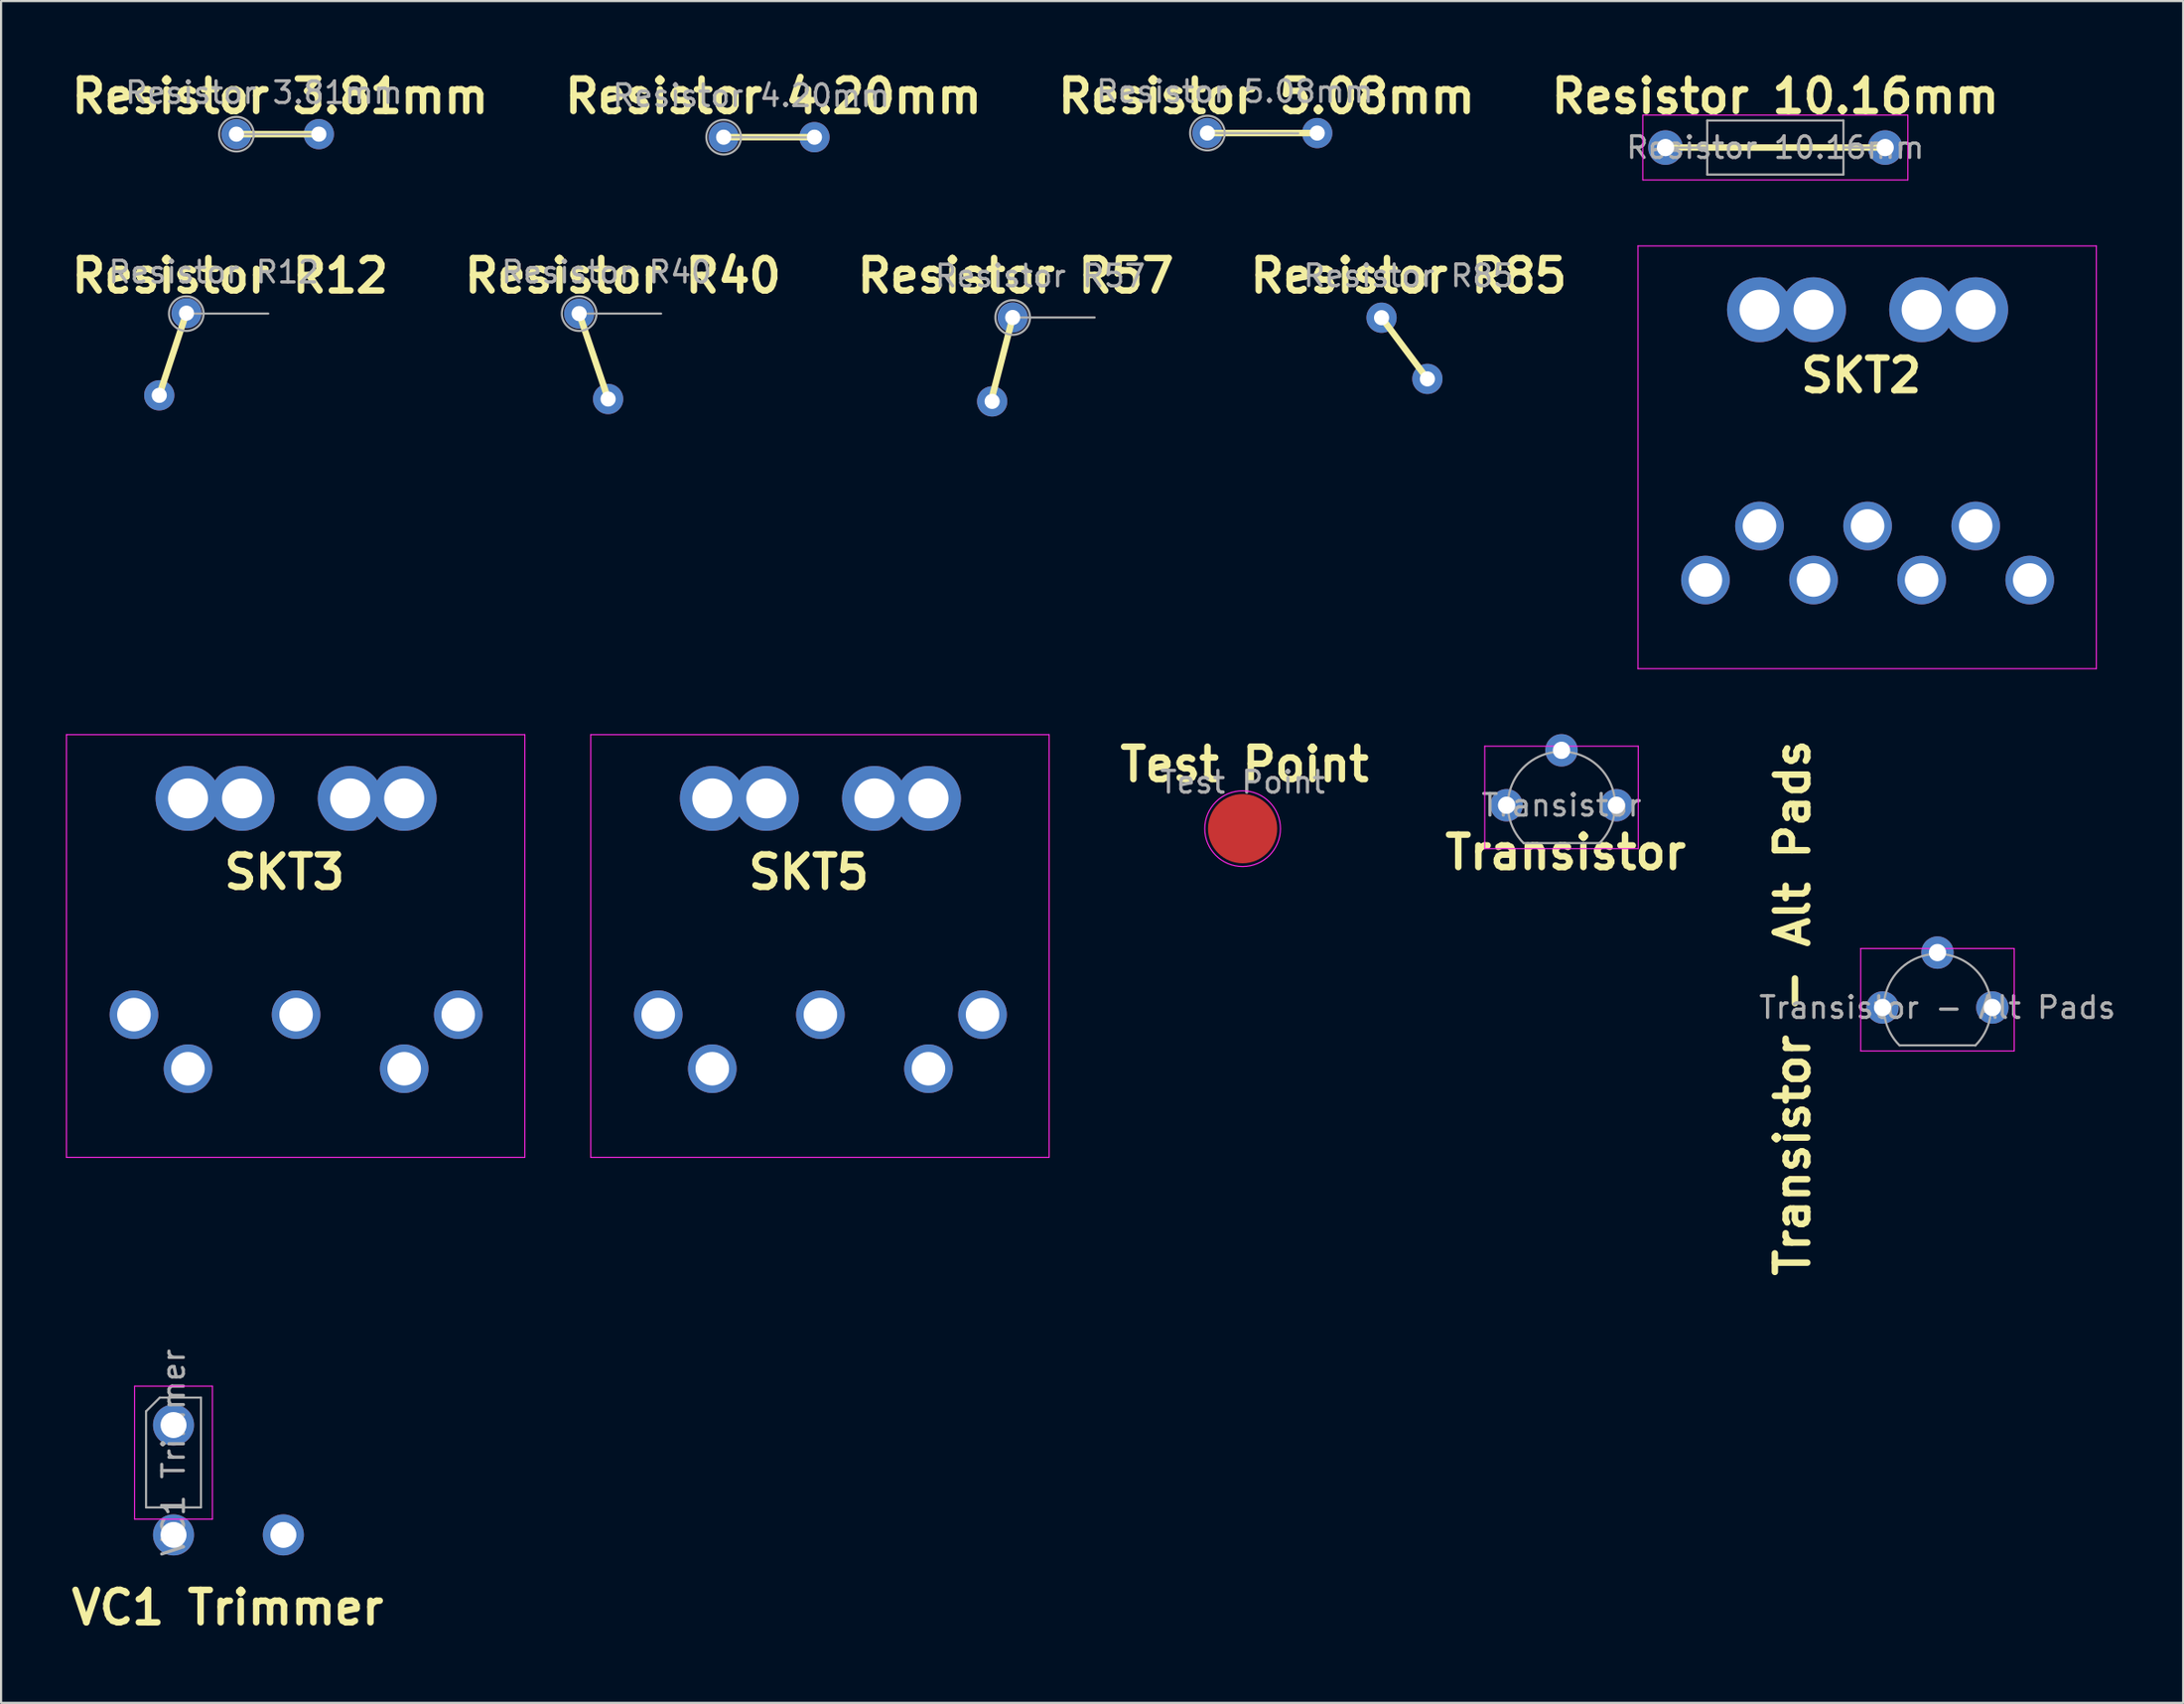
<source format=kicad_pcb>
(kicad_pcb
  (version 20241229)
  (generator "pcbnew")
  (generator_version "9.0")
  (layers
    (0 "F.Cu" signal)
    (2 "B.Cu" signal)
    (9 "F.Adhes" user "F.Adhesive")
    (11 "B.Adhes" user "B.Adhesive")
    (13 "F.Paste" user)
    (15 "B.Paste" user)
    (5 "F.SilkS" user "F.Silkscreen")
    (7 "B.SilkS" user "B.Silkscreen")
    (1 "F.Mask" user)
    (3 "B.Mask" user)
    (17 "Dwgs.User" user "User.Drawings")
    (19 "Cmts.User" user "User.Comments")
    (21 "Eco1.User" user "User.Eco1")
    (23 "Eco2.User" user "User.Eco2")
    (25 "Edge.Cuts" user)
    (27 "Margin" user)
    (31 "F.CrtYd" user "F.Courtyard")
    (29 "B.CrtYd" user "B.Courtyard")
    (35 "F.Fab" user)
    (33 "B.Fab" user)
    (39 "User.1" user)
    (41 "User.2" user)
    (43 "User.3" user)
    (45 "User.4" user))
  (footprint "SKT5"
    (layer "F.Cu")
    (at 27.395 43.874)
    (property "Reference" "SKT5" (at 9.91 -6.59 180) (layer "F.SilkS") (effects (font (size 1.5 1.5) (thickness 0.3) (bold yes)) (justify right)))
    (attr through_hole)
    (fp_line (start -3.12 -12.95) (end -3.12 6.6) (stroke (width 0.05) (type solid)) (layer "F.CrtYd"))
    (fp_line (start -3.12 6.6) (end 18.08 6.6) (stroke (width 0.05) (type solid)) (layer "F.CrtYd"))
    (fp_line (start 18.08 -12.95) (end -3.12 -12.95) (stroke (width 0.05) (type solid)) (layer "F.CrtYd"))
    (fp_line (start 18.08 6.6) (end 18.08 -12.95) (stroke (width 0.05) (type solid)) (layer "F.CrtYd"))
    (pad "1" thru_hole circle (at 0 0 180) (size 2.25 2.25) (drill 1.55) (layers "*.Cu" "*.Mask"))
    (pad "2" thru_hole circle (at 2.5 2.5 180) (size 2.25 2.25) (drill 1.55) (layers "*.Cu" "*.Mask"))
    (pad "3" thru_hole circle (at 7.5 0 180) (size 2.25 2.25) (drill 1.55) (layers "*.Cu" "*.Mask"))
    (pad "4" thru_hole circle (at 12.5 2.5 180) (size 2.25 2.25) (drill 1.55) (layers "*.Cu" "*.Mask"))
    (pad "5" thru_hole circle (at 15 0 180) (size 2.25 2.25) (drill 1.55) (layers "*.Cu" "*.Mask"))
    (pad "S" thru_hole circle (at 2.5 -10 180) (size 3 3) (drill 1.85) (layers "*.Cu" "*.Mask"))
    (pad "S" thru_hole circle (at 5 -10 180) (size 3 3) (drill 1.85) (layers "*.Cu" "*.Mask"))
    (pad "S" thru_hole circle (at 10 -10 180) (size 3 3) (drill 1.85) (layers "*.Cu" "*.Mask"))
    (pad "S" thru_hole circle (at 12.5 -10 180) (size 3 3) (drill 1.85) (layers "*.Cu" "*.Mask")))
  (footprint "Resistor R40"
    (layer "F.Cu")
    (at 23.737 11.453)
    (property "Reference" "Resistor R40" (at 2.02 -1.75 0) (layer "F.SilkS") (effects (font (size 1.5 1.5) (thickness 0.3) (bold yes))))
    (attr through_hole)
    (fp_line (start 1.35 3.98) (end 0.003 0) (stroke (width 0.3) (type default)) (layer "F.SilkS"))
    (fp_line (start 0 0) (end 3.79 0) (stroke (width 0.1) (type solid)) (layer "F.Fab"))
    (fp_circle (center 0 0) (end 0.8 0) (stroke (width 0.1) (type solid)) (fill no) (layer "F.Fab"))
    (fp_text user "${REFERENCE}" (at 1.27 -1.92 0) (layer "F.Fab") (effects (font (size 1 1) (thickness 0.15))))
    (pad "1" thru_hole circle (at 1.34 3.95) (size 1.4 1.4) (drill 0.7) (layers "*.Cu" "*.Mask"))
    (pad "2" thru_hole oval (at 0 0) (size 1.4 1.4) (drill 0.7) (layers "*.Cu" "*.Mask")))
  (footprint "Resistor 10.16mm"
    (layer "F.Cu")
    (at 73.984 3.774)
    (property "Reference" "Resistor 10.16mm" (at 5.08 -2.37 0) (layer "F.SilkS") (effects (font (size 1.5 1.5) (thickness 0.3) (bold yes))))
    (attr through_hole)
    (fp_line (start 10.16 0) (end 0 0) (stroke (width 0.3) (type default)) (layer "F.SilkS"))
    (fp_line (start -1.05 -1.5) (end -1.05 1.5) (stroke (width 0.05) (type solid)) (layer "F.CrtYd"))
    (fp_line (start -1.05 1.5) (end 11.21 1.5) (stroke (width 0.05) (type solid)) (layer "F.CrtYd"))
    (fp_line (start 11.21 -1.5) (end -1.05 -1.5) (stroke (width 0.05) (type solid)) (layer "F.CrtYd"))
    (fp_line (start 11.21 1.5) (end 11.21 -1.5) (stroke (width 0.05) (type solid)) (layer "F.CrtYd"))
    (fp_line (start 0 0) (end 1.93 0) (stroke (width 0.1) (type solid)) (layer "F.Fab"))
    (fp_line (start 1.93 -1.25) (end 1.93 1.25) (stroke (width 0.1) (type solid)) (layer "F.Fab"))
    (fp_line (start 1.93 1.25) (end 8.23 1.25) (stroke (width 0.1) (type solid)) (layer "F.Fab"))
    (fp_line (start 8.23 -1.25) (end 1.93 -1.25) (stroke (width 0.1) (type solid)) (layer "F.Fab"))
    (fp_line (start 8.23 1.25) (end 8.23 -1.25) (stroke (width 0.1) (type solid)) (layer "F.Fab"))
    (fp_line (start 10.16 0) (end 8.23 0) (stroke (width 0.1) (type solid)) (layer "F.Fab"))
    (fp_text user "${REFERENCE}" (at 5.08 0 0) (layer "F.Fab") (effects (font (size 1 1) (thickness 0.15))))
    (pad "1" thru_hole circle (at 0 0) (size 1.6 1.6) (drill 0.8) (layers "*.Cu" "*.Mask"))
    (pad "2" thru_hole oval (at 10.16 0) (size 1.6 1.6) (drill 0.8) (layers "*.Cu" "*.Mask")))
  (footprint "Resistor 4.20mm"
    (layer "F.Cu")
    (at 30.421 3.294)
    (property "Reference" "Resistor 4.20mm" (at 2.3 -1.89 0) (layer "F.SilkS") (effects (font (size 1.5 1.5) (thickness 0.3) (bold yes))))
    (attr through_hole)
    (fp_line (start 0 0) (end 4.16 0) (stroke (width 0.3) (type default)) (layer "F.SilkS"))
    (fp_line (start 0 0) (end 4.2 0.01) (stroke (width 0.1) (type solid)) (layer "F.Fab"))
    (fp_circle (center 0 0) (end 0.8 0) (stroke (width 0.1) (type solid)) (fill no) (layer "F.Fab"))
    (fp_text user "${REFERENCE}" (at 1.27 -1.92 0) (layer "F.Fab") (effects (font (size 1 1) (thickness 0.15))))
    (pad "1" thru_hole circle (at 0 0) (size 1.4 1.4) (drill 0.7) (layers "*.Cu" "*.Mask"))
    (pad "2" thru_hole oval (at 4.2 0) (size 1.4 1.4) (drill 0.7) (layers "*.Cu" "*.Mask")))
  (footprint "Resistor R57"
    (layer "F.Cu")
    (at 43.789 11.633)
    (property "Reference" "Resistor R57" (at 0.14 -1.93 0) (layer "F.SilkS") (effects (font (size 1.5 1.5) (thickness 0.3) (bold yes))))
    (attr through_hole)
    (fp_line (start -1.005 3.88) (end 0 0) (stroke (width 0.3) (type default)) (layer "F.SilkS"))
    (fp_line (start 0 0) (end 3.79 0) (stroke (width 0.1) (type solid)) (layer "F.Fab"))
    (fp_circle (center 0 0) (end 0.8 0) (stroke (width 0.1) (type solid)) (fill no) (layer "F.Fab"))
    (fp_text user "${REFERENCE}" (at 1.27 -1.92 0) (layer "F.Fab") (effects (font (size 1 1) (thickness 0.15))))
    (pad "1" thru_hole circle (at 0 0) (size 1.4 1.4) (drill 0.7) (layers "*.Cu" "*.Mask"))
    (pad "2" thru_hole oval (at -0.95 3.88) (size 1.4 1.4) (drill 0.7) (layers "*.Cu" "*.Mask")))
  (footprint "VC1 Trimmer"
    (layer "F.Cu")
    (at 4.976 62.854)
    (property "Reference" "VC1 Trimmer" (at 2.502 8.443 180) (layer "F.SilkS") (effects (font (size 1.5 1.5) (thickness 0.3) (bold yes))))
    (attr through_hole)
    (fp_line (start -1.8 -1.8) (end -1.8 4.35) (stroke (width 0.05) (type solid)) (layer "F.CrtYd"))
    (fp_line (start -1.8 4.35) (end 1.8 4.35) (stroke (width 0.05) (type solid)) (layer "F.CrtYd"))
    (fp_line (start 1.8 -1.8) (end -1.8 -1.8) (stroke (width 0.05) (type solid)) (layer "F.CrtYd"))
    (fp_line (start 1.8 4.35) (end 1.8 -1.8) (stroke (width 0.05) (type solid)) (layer "F.CrtYd"))
    (fp_line (start -1.27 -0.635) (end -0.635 -1.27) (stroke (width 0.1) (type solid)) (layer "F.Fab"))
    (fp_line (start -1.27 3.81) (end -1.27 -0.635) (stroke (width 0.1) (type solid)) (layer "F.Fab"))
    (fp_line (start -0.635 -1.27) (end 1.27 -1.27) (stroke (width 0.1) (type solid)) (layer "F.Fab"))
    (fp_line (start 1.27 -1.27) (end 1.27 3.81) (stroke (width 0.1) (type solid)) (layer "F.Fab"))
    (fp_line (start 1.27 3.81) (end -1.27 3.81) (stroke (width 0.1) (type solid)) (layer "F.Fab"))
    (fp_text user "${REFERENCE}" (at 0 1.27 270) (layer "F.Fab") (effects (font (size 1 1) (thickness 0.15))))
    (pad "1" thru_hole oval (at 5.08 5.08) (size 1.9 1.9) (drill 1.2) (layers "*.Cu" "*.Mask"))
    (pad "2" thru_hole oval (at 0 5.08) (size 1.9 1.9) (drill 1.2) (layers "*.Cu" "*.Mask"))
    (pad "3" thru_hole circle (at 0 0) (size 1.9 1.9) (drill 1.2) (layers "*.Cu" "*.Mask")))
  (footprint "SKT2"
    (layer "F.Cu")
    (at 75.831 21.274)
    (property "Reference" "SKT2" (at 10.15 -6.96 180) (layer "F.SilkS") (effects (font (size 1.5 1.5) (thickness 0.3) (bold yes)) (justify right)))
    (attr through_hole)
    (fp_line (start -3.12 -12.95) (end -3.12 6.6) (stroke (width 0.05) (type solid)) (layer "F.CrtYd"))
    (fp_line (start -3.12 6.6) (end 18.08 6.6) (stroke (width 0.05) (type solid)) (layer "F.CrtYd"))
    (fp_line (start 18.08 -12.95) (end -3.12 -12.95) (stroke (width 0.05) (type solid)) (layer "F.CrtYd"))
    (fp_line (start 18.08 6.6) (end 18.08 -12.95) (stroke (width 0.05) (type solid)) (layer "F.CrtYd"))
    (pad "1" thru_hole circle (at 2.5 0 180) (size 2.25 2.25) (drill 1.55) (layers "*.Cu" "*.Mask"))
    (pad "2" thru_hole circle (at 7.5 0 180) (size 2.25 2.25) (drill 1.55) (layers "*.Cu" "*.Mask"))
    (pad "3" thru_hole circle (at 12.5 0 180) (size 2.25 2.25) (drill 1.55) (layers "*.Cu" "*.Mask"))
    (pad "4" thru_hole circle (at 5 2.5 180) (size 2.25 2.25) (drill 1.55) (layers "*.Cu" "*.Mask"))
    (pad "5" thru_hole circle (at 10 2.5 180) (size 2.25 2.25) (drill 1.55) (layers "*.Cu" "*.Mask"))
    (pad "6" thru_hole circle (at 0 2.5 180) (size 2.25 2.25) (drill 1.55) (layers "*.Cu" "*.Mask"))
    (pad "7" thru_hole circle (at 15 2.5 180) (size 2.25 2.25) (drill 1.55) (layers "*.Cu" "*.Mask"))
    (pad "S" thru_hole circle (at 2.5 -10 180) (size 3 3) (drill 1.85) (layers "*.Cu" "*.Mask"))
    (pad "S" thru_hole circle (at 5 -10 180) (size 3 3) (drill 1.85) (layers "*.Cu" "*.Mask"))
    (pad "S" thru_hole circle (at 10 -10 180) (size 3 3) (drill 1.85) (layers "*.Cu" "*.Mask"))
    (pad "S" thru_hole circle (at 12.5 -10 180) (size 3 3) (drill 1.85) (layers "*.Cu" "*.Mask")))
  (footprint "Test Point"
    (layer "F.Cu")
    (at 54.424 35.273)
    (property "Reference" "Test Point" (at 0.09 -2.97 0) (layer "F.SilkS") (effects (font (size 1.5 1.5) (thickness 0.3) (bold yes))))
    (attr exclude_from_pos_files)
    (fp_circle (center 0 0) (end 1.75 0) (stroke (width 0.05) (type solid)) (fill no) (layer "F.CrtYd"))
    (fp_text user "${REFERENCE}" (at 0 -2.15 0) (layer "F.Fab") (effects (font (size 1 1) (thickness 0.15))))
    (pad "1" smd circle (at 0 0) (size 3.2 3.2) (property pad_prop_testpoint) (layers "F.Cu" "F.Mask")))
  (footprint "Transistor - Alt Pads"
    (layer "F.Cu")
    (at 84.023 43.544)
    (property "Reference" "Transistor - Alt Pads" (at -4.16 0.013 90) (layer "F.SilkS") (effects (font (size 1.5 1.5) (thickness 0.3) (bold yes))))
    (attr through_hole)
    (fp_line (start -1.01 -2.73) (end -1.01 2.01) (stroke (width 0.05) (type solid)) (layer "F.CrtYd"))
    (fp_line (start -1.01 -2.73) (end 6.09 -2.73) (stroke (width 0.05) (type solid)) (layer "F.CrtYd"))
    (fp_line (start 6.09 2.01) (end -1.01 2.01) (stroke (width 0.05) (type solid)) (layer "F.CrtYd"))
    (fp_line (start 6.09 2.01) (end 6.09 -2.73) (stroke (width 0.05) (type solid)) (layer "F.CrtYd"))
    (fp_line (start 0.8 1.75) (end 4.3 1.75) (stroke (width 0.1) (type solid)) (layer "F.Fab"))
    (fp_arc (start 0.786375 1.753625) (mid 0.248779 -0.949055) (end 2.54 -2.48) (stroke (width 0.1) (type solid)) (layer "F.Fab"))
    (fp_arc (start 2.54 -2.48) (mid 4.831221 -0.949055) (end 4.293625 1.753625) (stroke (width 0.1) (type solid)) (layer "F.Fab"))
    (fp_text user "${REFERENCE}" (at 2.54 0 0) (layer "F.Fab") (effects (font (size 1 1) (thickness 0.15))))
    (pad "1" thru_hole circle (at 5.08 0) (size 1.5 1.5) (drill 0.8) (layers "*.Cu" "*.Mask"))
    (pad "2" thru_hole circle (at 2.54 -2.54) (size 1.5 1.5) (drill 0.8) (layers "*.Cu" "*.Mask"))
    (pad "3" thru_hole circle (at 0 0) (size 1.5 1.5) (drill 0.8) (layers "*.Cu" "*.Mask")))
  (footprint "Resistor R85"
    (layer "F.Cu")
    (at 60.83 11.623)
    (property "Reference" "Resistor R85" (at 1.27 -1.92 0) (layer "F.SilkS") (effects (font (size 1.5 1.5) (thickness 0.3) (bold yes))))
    (attr through_hole)
    (fp_line (start 0 -0.01) (end 2.14 2.85) (stroke (width 0.3) (type default)) (layer "F.SilkS"))
    (fp_text user "${REFERENCE}" (at 1.27 -1.92 0) (layer "F.Fab") (effects (font (size 1 1) (thickness 0.15))))
    (pad "1" thru_hole circle (at 0.02 0.02) (size 1.4 1.4) (drill 0.7) (layers "*.Cu" "*.Mask"))
    (pad "2" thru_hole oval (at 2.14 2.85) (size 1.4 1.4) (drill 0.7) (layers "*.Cu" "*.Mask")))
  (footprint "SKT3"
    (layer "F.Cu")
    (at 3.145 43.874)
    (property "Reference" "SKT3" (at 9.91 -6.59 180) (layer "F.SilkS") (effects (font (size 1.5 1.5) (thickness 0.3) (bold yes)) (justify right)))
    (attr through_hole)
    (fp_line (start -3.12 -12.95) (end -3.12 6.6) (stroke (width 0.05) (type solid)) (layer "F.CrtYd"))
    (fp_line (start -3.12 6.6) (end 18.08 6.6) (stroke (width 0.05) (type solid)) (layer "F.CrtYd"))
    (fp_line (start 18.08 -12.95) (end -3.12 -12.95) (stroke (width 0.05) (type solid)) (layer "F.CrtYd"))
    (fp_line (start 18.08 6.6) (end 18.08 -12.95) (stroke (width 0.05) (type solid)) (layer "F.CrtYd"))
    (pad "1" thru_hole circle (at 0 0 180) (size 2.25 2.25) (drill 1.55) (layers "*.Cu" "*.Mask"))
    (pad "2" thru_hole circle (at 7.5 0 180) (size 2.25 2.25) (drill 1.55) (layers "*.Cu" "*.Mask"))
    (pad "3" thru_hole circle (at 15 0 180) (size 2.25 2.25) (drill 1.55) (layers "*.Cu" "*.Mask"))
    (pad "4" thru_hole circle (at 2.5 2.5 180) (size 2.25 2.25) (drill 1.55) (layers "*.Cu" "*.Mask"))
    (pad "5" thru_hole circle (at 12.5 2.5 180) (size 2.25 2.25) (drill 1.55) (layers "*.Cu" "*.Mask"))
    (pad "S" thru_hole circle (at 2.5 -10 180) (size 3 3) (drill 1.85) (layers "*.Cu" "*.Mask"))
    (pad "S" thru_hole circle (at 5 -10 180) (size 3 3) (drill 1.85) (layers "*.Cu" "*.Mask"))
    (pad "S" thru_hole circle (at 10 -10 180) (size 3 3) (drill 1.85) (layers "*.Cu" "*.Mask"))
    (pad "S" thru_hole circle (at 12.5 -10 180) (size 3 3) (drill 1.85) (layers "*.Cu" "*.Mask")))
  (footprint "Resistor R12"
    (layer "F.Cu")
    (at 5.566 11.453)
    (property "Reference" "Resistor R12" (at 2.02 -1.75 0) (layer "F.SilkS") (effects (font (size 1.5 1.5) (thickness 0.3) (bold yes))))
    (attr through_hole)
    (fp_line (start -1.245 3.76) (end 0 -0.02) (stroke (width 0.3) (type default)) (layer "F.SilkS"))
    (fp_line (start 0 0) (end 3.79 0) (stroke (width 0.1) (type solid)) (layer "F.Fab"))
    (fp_circle (center 0 0) (end 0.8 0) (stroke (width 0.1) (type solid)) (fill no) (layer "F.Fab"))
    (fp_text user "${REFERENCE}" (at 1.27 -1.92 0) (layer "F.Fab") (effects (font (size 1 1) (thickness 0.15))))
    (pad "1" thru_hole circle (at -1.25 3.78) (size 1.4 1.4) (drill 0.7) (layers "*.Cu" "*.Mask"))
    (pad "2" thru_hole oval (at 0.01 -0.02) (size 1.4 1.4) (drill 0.7) (layers "*.Cu" "*.Mask")))
  (footprint "Resistor 3.81mm"
    (layer "F.Cu")
    (at 7.887 3.154)
    (property "Reference" "Resistor 3.81mm" (at 2.02 -1.75 0) (layer "F.SilkS") (effects (font (size 1.5 1.5) (thickness 0.3) (bold yes))))
    (attr through_hole)
    (fp_line (start 0 0) (end 3.79 0) (stroke (width 0.3) (type default)) (layer "F.SilkS"))
    (fp_line (start 0 0) (end 3.79 0) (stroke (width 0.1) (type solid)) (layer "F.Fab"))
    (fp_circle (center 0 0) (end 0.8 0) (stroke (width 0.1) (type solid)) (fill no) (layer "F.Fab"))
    (fp_text user "${REFERENCE}" (at 1.27 -1.92 0) (layer "F.Fab") (effects (font (size 1 1) (thickness 0.15))))
    (pad "1" thru_hole circle (at 0 0) (size 1.4 1.4) (drill 0.7) (layers "*.Cu" "*.Mask"))
    (pad "2" thru_hole oval (at 3.81 0) (size 1.4 1.4) (drill 0.7) (layers "*.Cu" "*.Mask")))
  (footprint "Resistor 5.08mm"
    (layer "F.Cu")
    (at 52.796 3.104)
    (property "Reference" "Resistor 5.08mm" (at 2.74 -1.7 0) (layer "F.SilkS") (effects (font (size 1.5 1.5) (thickness 0.3) (bold yes))))
    (attr through_hole)
    (fp_line (start 0 0) (end 5.08 0) (stroke (width 0.3) (type default)) (layer "F.SilkS"))
    (fp_line (start 0 0) (end 4.2 0.01) (stroke (width 0.1) (type solid)) (layer "F.Fab"))
    (fp_circle (center 0 0) (end 0.8 0) (stroke (width 0.1) (type solid)) (fill no) (layer "F.Fab"))
    (fp_text user "${REFERENCE}" (at 1.27 -1.92 0) (layer "F.Fab") (effects (font (size 1 1) (thickness 0.15))))
    (pad "1" thru_hole circle (at 0 0) (size 1.4 1.4) (drill 0.7) (layers "*.Cu" "*.Mask"))
    (pad "2" thru_hole oval (at 5.08 0) (size 1.4 1.4) (drill 0.7) (layers "*.Cu" "*.Mask")))
  (footprint "Transistor"
    (layer "F.Cu")
    (at 66.634 34.189)
    (property "Reference" "Transistor" (at 2.73 2.18 0) (layer "F.SilkS") (effects (font (size 1.5 1.5) (thickness 0.3) (bold yes))))
    (attr through_hole)
    (fp_line (start -1.01 -2.73) (end -1.01 2.01) (stroke (width 0.05) (type solid)) (layer "F.CrtYd"))
    (fp_line (start -1.01 -2.73) (end 6.09 -2.73) (stroke (width 0.05) (type solid)) (layer "F.CrtYd"))
    (fp_line (start 6.09 2.01) (end -1.01 2.01) (stroke (width 0.05) (type solid)) (layer "F.CrtYd"))
    (fp_line (start 6.09 2.01) (end 6.09 -2.73) (stroke (width 0.05) (type solid)) (layer "F.CrtYd"))
    (fp_line (start 0.8 1.75) (end 4.3 1.75) (stroke (width 0.1) (type solid)) (layer "F.Fab"))
    (fp_arc (start 0.786375 1.753625) (mid 0.248779 -0.949055) (end 2.54 -2.48) (stroke (width 0.1) (type solid)) (layer "F.Fab"))
    (fp_arc (start 2.54 -2.48) (mid 4.831221 -0.949055) (end 4.293625 1.753625) (stroke (width 0.1) (type solid)) (layer "F.Fab"))
    (fp_text user "${REFERENCE}" (at 2.54 0 0) (layer "F.Fab") (effects (font (size 1 1) (thickness 0.15))))
    (pad "1" thru_hole circle (at 0 0) (size 1.5 1.5) (drill 0.8) (layers "*.Cu" "*.Mask"))
    (pad "2" thru_hole circle (at 2.54 -2.54) (size 1.5 1.5) (drill 0.8) (layers "*.Cu" "*.Mask"))
    (pad "3" thru_hole circle (at 5.08 0) (size 1.5 1.5) (drill 0.8) (layers "*.Cu" "*.Mask")))
  (gr_rect
    (start -3 -3)
    (end 97.926 75.701)
    (stroke (width 0.1) (type default))
    (fill no)
    (layer "Edge.Cuts")))
</source>
